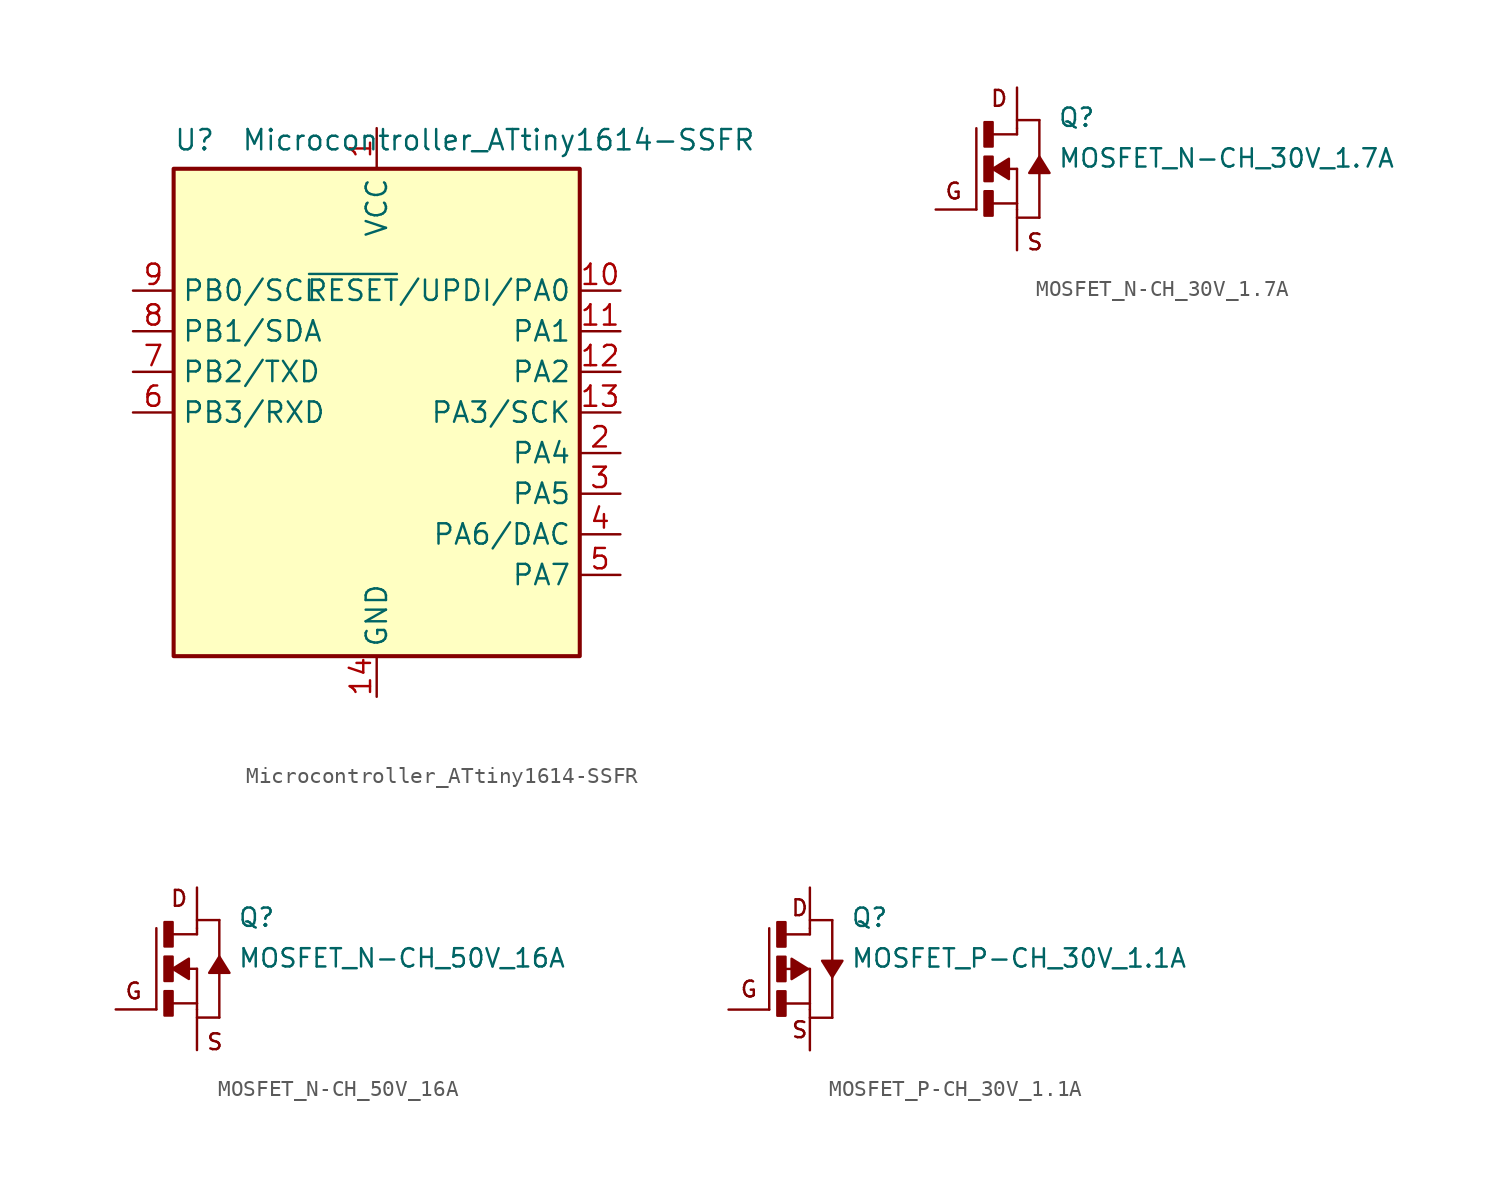
<source format=kicad_sym>
(kicad_symbol_lib
  (version 20220914)
  (generator kicad_symbol_editor)
  (symbol "Microcontroller_ATtiny1614-SSFR"
    (property "Reference" "U"
      (at -12.7 17.78 0)
      (effects (font (size 1.27 1.27)) (justify left top)))
    (property "Value" "Microcontroller_ATtiny1614-SSFR"
      (at 7.62 17.78 0)
      (effects (font (size 1.27 1.27)) (justify top)))
    (symbol "Microcontroller_ATtiny1614-SSFR_0_1"
      (rectangle (start -12.7 -15.24) (end 12.7 15.24) (stroke (width 0.254) (type solid)) (fill (type background))))
    (symbol "Microcontroller_ATtiny1614-SSFR_1_1"
      (pin power_in line (at 0 17.78 270) (length 2.54) (name "VCC" (effects (font (size 1.27 1.27)))) (number "1" (effects (font (size 1.27 1.27)))))
      (pin bidirectional line (at 15.24 7.62 180) (length 2.54) (name "~{RESET}/UPDI/PA0" (effects (font (size 1.27 1.27)))) (number "10" (effects (font (size 1.27 1.27)))))
      (pin bidirectional line (at 15.24 5.08 180) (length 2.54) (name "PA1" (effects (font (size 1.27 1.27)))) (number "11" (effects (font (size 1.27 1.27)))))
      (pin bidirectional line (at 15.24 2.54 180) (length 2.54) (name "PA2" (effects (font (size 1.27 1.27)))) (number "12" (effects (font (size 1.27 1.27)))))
      (pin bidirectional line (at 15.24 0 180) (length 2.54) (name "PA3/SCK" (effects (font (size 1.27 1.27)))) (number "13" (effects (font (size 1.27 1.27)))))
      (pin power_in line (at 0 -17.78 90) (length 2.54) (name "GND" (effects (font (size 1.27 1.27)))) (number "14" (effects (font (size 1.27 1.27)))))
      (pin bidirectional line (at 15.24 -2.54 180) (length 2.54) (name "PA4" (effects (font (size 1.27 1.27)))) (number "2" (effects (font (size 1.27 1.27)))))
      (pin bidirectional line (at 15.24 -5.08 180) (length 2.54) (name "PA5" (effects (font (size 1.27 1.27)))) (number "3" (effects (font (size 1.27 1.27)))))
      (pin bidirectional line (at 15.24 -7.62 180) (length 2.54) (name "PA6/DAC" (effects (font (size 1.27 1.27)))) (number "4" (effects (font (size 1.27 1.27)))))
      (pin bidirectional line (at 15.24 -10.16 180) (length 2.54) (name "PA7" (effects (font (size 1.27 1.27)))) (number "5" (effects (font (size 1.27 1.27)))))
      (pin bidirectional line (at -15.24 0 0) (length 2.54) (name "PB3/RXD" (effects (font (size 1.27 1.27)))) (number "6" (effects (font (size 1.27 1.27)))))
      (pin bidirectional line (at -15.24 2.54 0) (length 2.54) (name "PB2/TXD" (effects (font (size 1.27 1.27)))) (number "7" (effects (font (size 1.27 1.27)))))
      (pin bidirectional line (at -15.24 5.08 0) (length 2.54) (name "PB1/SDA" (effects (font (size 1.27 1.27)))) (number "8" (effects (font (size 1.27 1.27)))))
      (pin bidirectional line (at -15.24 7.62 0) (length 2.54) (name "PB0/SCL" (effects (font (size 1.27 1.27)))) (number "9" (effects (font (size 1.27 1.27)))))))
  (symbol "MOSFET_N-CH_30V_1.7A"
    (pin_numbers hide)
    (pin_names
      (offset 1.016) hide)
    (property "Reference" "Q"
      (at 2.54 2.54 0)
      (effects (font (size 1.143 1.143)) (justify left bottom)))
    (property "Value" "MOSFET_N-CH_30V_1.7A"
      (at 2.54 0 0)
      (effects (font (size 1.143 1.143)) (justify left bottom)))
    (symbol "MOSFET_N-CH_30V_1.7A_1_0"
      (polyline (pts (xy -2.54 -2.54) (xy -2.54 2.54)) (stroke (width 0) (type solid)) (fill (type none)))
      (polyline (pts (xy -1.524 -2.159) (xy 0 -2.159)) (stroke (width 0) (type solid)) (fill (type none)))
      (polyline (pts (xy -1.524 2.159) (xy 0 2.159)) (stroke (width 0) (type solid)) (fill (type none)))
      (polyline (pts (xy -0.508 0) (xy 0 0)) (stroke (width 0) (type solid)) (fill (type none)))
      (polyline (pts (xy 0 -2.159) (xy 0 -2.54)) (stroke (width 0) (type solid)) (fill (type none)))
      (polyline (pts (xy 0 0) (xy 0 -2.159)) (stroke (width 0) (type solid)) (fill (type none)))
      (polyline (pts (xy 0 2.159) (xy 0 2.54)) (stroke (width 0) (type solid)) (fill (type none)))
      (polyline (pts (xy 0 3.048) (xy 1.397 3.048)) (stroke (width 0) (type solid)) (fill (type none)))
      (polyline (pts (xy 1.397 -3.048) (xy 0 -3.048)) (stroke (width 0) (type solid)) (fill (type none)))
      (polyline (pts (xy 1.397 -0.254) (xy 1.397 -3.048)) (stroke (width 0) (type solid)) (fill (type none)))
      (polyline (pts (xy 1.397 3.048) (xy 1.397 0.762)) (stroke (width 0) (type solid)) (fill (type none)))
      (text "D" (at -1.118 4.394 0) (effects (font (size 0.991 0.991))))
      (text "G" (at -3.962 -1.397 0) (effects (font (size 0.991 0.991))))
      (text "S" (at 1.118 -4.572 0) (effects (font (size 0.991 0.991)))))
    (symbol "MOSFET_N-CH_30V_1.7A_1_1"
      (rectangle (start -2.032 -2.921) (end -1.524 -1.397) (stroke (width 0) (type solid)) (fill (type outline)))
      (rectangle (start -2.032 -0.762) (end -1.524 0.762) (stroke (width 0) (type solid)) (fill (type outline)))
      (rectangle (start -2.032 1.397) (end -1.524 2.921) (stroke (width 0) (type solid)) (fill (type outline)))
      (polyline (pts (xy -1.524 0) (xy -0.508 0.635) (xy -0.508 0.635) (xy -0.508 -0.635) (xy -0.508 -0.635) (xy -1.524 0)) (stroke (width 0) (type solid)) (fill (type outline)))
      (polyline (pts (xy 1.397 0.762) (xy 2.032 -0.254) (xy 2.032 -0.254) (xy 0.762 -0.254) (xy 0.762 -0.254) (xy 1.397 0.762)) (stroke (width 0) (type solid)) (fill (type outline)))
      (pin passive line (at -5.08 -2.54 0) (length 2.54) (name "G" (effects (font (size 1.016 1.016)))) (number "1" (effects (font (size 1.016 1.016)))))
      (pin passive line (at 0 -5.08 90) (length 2.54) (name "S" (effects (font (size 1.016 1.016)))) (number "2" (effects (font (size 1.016 1.016)))))
      (pin passive line (at 0 5.08 270) (length 2.54) (name "D" (effects (font (size 1.016 1.016)))) (number "3" (effects (font (size 1.016 1.016)))))))
  (symbol "MOSFET_N-CH_50V_16A"
    (pin_numbers hide)
    (pin_names
      (offset 1.016) hide)
    (property "Reference" "Q"
      (at 2.54 2.54 0)
      (effects (font (size 1.143 1.143)) (justify left bottom)))
    (property "Value" "MOSFET_N-CH_50V_16A"
      (at 2.54 0 0)
      (effects (font (size 1.143 1.143)) (justify left bottom)))
    (symbol "MOSFET_N-CH_50V_16A_1_0"
      (polyline (pts (xy -2.54 -2.54) (xy -2.54 2.54)) (stroke (width 0) (type solid)) (fill (type none)))
      (polyline (pts (xy -1.524 -2.159) (xy 0 -2.159)) (stroke (width 0) (type solid)) (fill (type none)))
      (polyline (pts (xy -1.524 2.159) (xy 0 2.159)) (stroke (width 0) (type solid)) (fill (type none)))
      (polyline (pts (xy -0.508 0) (xy 0 0)) (stroke (width 0) (type solid)) (fill (type none)))
      (polyline (pts (xy 0 -2.159) (xy 0 -2.54)) (stroke (width 0) (type solid)) (fill (type none)))
      (polyline (pts (xy 0 0) (xy 0 -2.159)) (stroke (width 0) (type solid)) (fill (type none)))
      (polyline (pts (xy 0 2.159) (xy 0 2.54)) (stroke (width 0) (type solid)) (fill (type none)))
      (polyline (pts (xy 0 3.048) (xy 1.397 3.048)) (stroke (width 0) (type solid)) (fill (type none)))
      (polyline (pts (xy 1.397 -3.048) (xy 0 -3.048)) (stroke (width 0) (type solid)) (fill (type none)))
      (polyline (pts (xy 1.397 -0.254) (xy 1.397 -3.048)) (stroke (width 0) (type solid)) (fill (type none)))
      (polyline (pts (xy 1.397 3.048) (xy 1.397 0.762)) (stroke (width 0) (type solid)) (fill (type none)))
      (text "D" (at -1.118 4.394 0) (effects (font (size 0.991 0.991))))
      (text "G" (at -3.962 -1.397 0) (effects (font (size 0.991 0.991))))
      (text "S" (at 1.118 -4.572 0) (effects (font (size 0.991 0.991)))))
    (symbol "MOSFET_N-CH_50V_16A_1_1"
      (rectangle (start -2.032 -2.921) (end -1.524 -1.397) (stroke (width 0) (type solid)) (fill (type outline)))
      (rectangle (start -2.032 -0.762) (end -1.524 0.762) (stroke (width 0) (type solid)) (fill (type outline)))
      (rectangle (start -2.032 1.397) (end -1.524 2.921) (stroke (width 0) (type solid)) (fill (type outline)))
      (polyline (pts (xy -1.524 0) (xy -0.508 0.635) (xy -0.508 0.635) (xy -0.508 -0.635) (xy -0.508 -0.635) (xy -1.524 0)) (stroke (width 0) (type solid)) (fill (type outline)))
      (polyline (pts (xy 1.397 0.762) (xy 2.032 -0.254) (xy 2.032 -0.254) (xy 0.762 -0.254) (xy 0.762 -0.254) (xy 1.397 0.762)) (stroke (width 0) (type solid)) (fill (type outline)))
      (pin passive line (at -5.08 -2.54 0) (length 2.54) (name "G" (effects (font (size 1.016 1.016)))) (number "1" (effects (font (size 1.016 1.016)))))
      (pin passive line (at 0 5.08 270) (length 2.54) (name "D" (effects (font (size 1.016 1.016)))) (number "2" (effects (font (size 1.016 1.016)))))
      (pin passive line (at 0 -5.08 90) (length 2.54) (name "S" (effects (font (size 1.016 1.016)))) (number "3" (effects (font (size 1.016 1.016)))))))
  (symbol "MOSFET_P-CH_30V_1.1A"
    (pin_numbers hide)
    (pin_names
      (offset 1.016) hide)
    (property "Reference" "Q"
      (at 2.54 2.54 0)
      (effects (font (size 1.143 1.143)) (justify left bottom)))
    (property "Value" "MOSFET_P-CH_30V_1.1A"
      (at 2.54 0 0)
      (effects (font (size 1.143 1.143)) (justify left bottom)))
    (symbol "MOSFET_P-CH_30V_1.1A_0_0"
      (text "D" (at -0.635 3.81 0) (effects (font (size 0.991 0.991))))
      (text "G" (at -3.81 -1.27 0) (effects (font (size 0.991 0.991))))
      (text "S" (at -0.635 -3.81 0) (effects (font (size 0.991 0.991)))))
    (symbol "MOSFET_P-CH_30V_1.1A_1_0"
      (polyline (pts (xy -2.54 -2.54) (xy -2.54 2.54)) (stroke (width 0) (type solid)) (fill (type none)))
      (polyline (pts (xy -1.651 0) (xy 0 0)) (stroke (width 0) (type solid)) (fill (type none)))
      (polyline (pts (xy -1.524 -2.159) (xy 0 -2.159)) (stroke (width 0) (type solid)) (fill (type none)))
      (polyline (pts (xy -1.524 2.159) (xy 0 2.159)) (stroke (width 0) (type solid)) (fill (type none)))
      (polyline (pts (xy 0 -2.159) (xy 0 -2.54)) (stroke (width 0) (type solid)) (fill (type none)))
      (polyline (pts (xy 0 0) (xy 0 -2.159)) (stroke (width 0) (type solid)) (fill (type none)))
      (polyline (pts (xy 0 2.159) (xy 0 2.54)) (stroke (width 0) (type solid)) (fill (type none)))
      (polyline (pts (xy 0 3.048) (xy 1.397 3.048)) (stroke (width 0) (type solid)) (fill (type none)))
      (polyline (pts (xy 1.397 -3.048) (xy 0 -3.048)) (stroke (width 0) (type solid)) (fill (type none)))
      (polyline (pts (xy 1.397 -0.508) (xy 1.397 -3.048)) (stroke (width 0) (type solid)) (fill (type none)))
      (polyline (pts (xy 1.397 3.048) (xy 1.397 0.381)) (stroke (width 0) (type solid)) (fill (type none))))
    (symbol "MOSFET_P-CH_30V_1.1A_1_1"
      (rectangle (start -2.032 -2.921) (end -1.524 -1.397) (stroke (width 0) (type solid)) (fill (type outline)))
      (rectangle (start -2.032 -0.762) (end -1.524 0.762) (stroke (width 0) (type solid)) (fill (type outline)))
      (rectangle (start -2.032 1.397) (end -1.524 2.921) (stroke (width 0) (type solid)) (fill (type outline)))
      (polyline (pts (xy -0.127 0) (xy -1.143 -0.635) (xy -1.143 -0.635) (xy -1.143 0.635) (xy -1.143 0.635) (xy -0.127 0)) (stroke (width 0) (type solid)) (fill (type outline)))
      (polyline (pts (xy 1.397 -0.508) (xy 0.762 0.508) (xy 0.762 0.508) (xy 2.032 0.508) (xy 2.032 0.508) (xy 1.397 -0.508)) (stroke (width 0) (type solid)) (fill (type outline)))
      (pin passive line (at -5.08 -2.54 0) (length 2.54) (name "G" (effects (font (size 1.016 1.016)))) (number "1" (effects (font (size 1.016 1.016)))))
      (pin passive line (at 0 -5.08 90) (length 2.54) (name "S" (effects (font (size 1.016 1.016)))) (number "2" (effects (font (size 1.016 1.016)))))
      (pin passive line (at 0 5.08 270) (length 2.54) (name "D" (effects (font (size 1.016 1.016)))) (number "3" (effects (font (size 1.016 1.016))))))))
</source>
